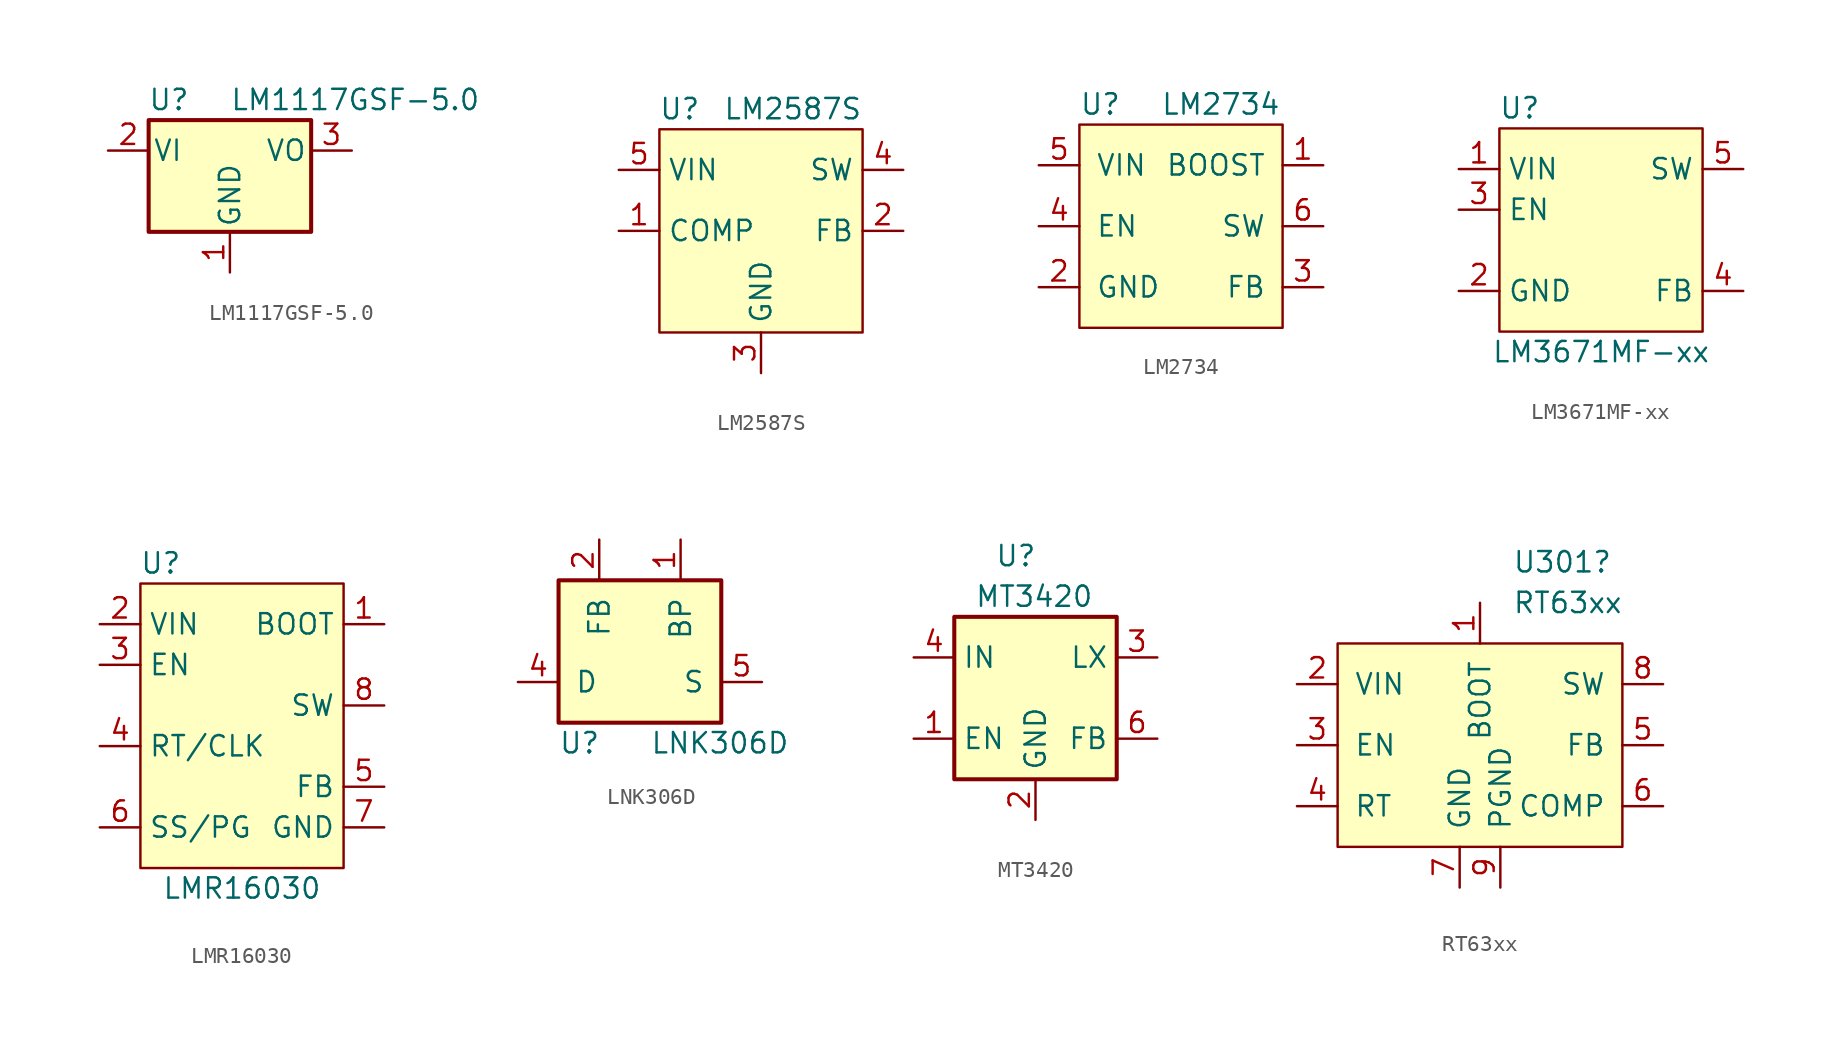
<source format=kicad_sym>
(kicad_symbol_lib
  (version 20231120)
  (generator "kicad_symbol_editor")
  (generator_version "8.0")
  (symbol "LM1117GSF-5.0"
    (pin_names
      (offset 0.254))
    (property "Reference" "U"
      (at -3.81 3.175 0)
      (effects (font (size 1.27 1.27))))
    (property "Value" "LM1117GSF-5.0"
      (at 0 3.175 0)
      (effects (font (size 1.27 1.27)) (justify left)))
    (symbol "LM1117GSF-5.0_0_1"
      (rectangle (start -5.08 -5.08) (end 5.08 1.905) (stroke (width 0.254) (type default)) (fill (type background))))
    (symbol "LM1117GSF-5.0_1_1"
      (pin power_in line (at 0 -7.62 90) (length 2.54) (name "GND" (effects (font (size 1.27 1.27)))) (number "1" (effects (font (size 1.27 1.27)))))
      (pin power_in line (at -7.62 0 0) (length 2.54) (name "VI" (effects (font (size 1.27 1.27)))) (number "2" (effects (font (size 1.27 1.27)))))
      (pin power_out line (at 7.62 0 180) (length 2.54) (name "VO" (effects (font (size 1.27 1.27)))) (number "3" (effects (font (size 1.27 1.27)))))))
  (symbol "LM2587S"
    (property "Reference" "U"
      (at -5.08 1.27 0)
      (effects (font (size 1.27 1.27))))
    (property "Value" "LM2587S"
      (at 6.35 1.27 0)
      (effects (font (size 1.27 1.27)) (justify right)))
    (symbol "LM2587S_0_0"
      (rectangle (start -6.35 0) (end 6.35 -12.7) (stroke (width 0) (type default)) (fill (type background))))
    (symbol "LM2587S_1_0"
      (pin passive line (at -8.89 -6.35 0) (length 2.54) (name "COMP" (effects (font (size 1.27 1.27)))) (number "1" (effects (font (size 1.27 1.27)))))
      (pin input line (at 8.89 -6.35 180) (length 2.54) (name "FB" (effects (font (size 1.27 1.27)))) (number "2" (effects (font (size 1.27 1.27)))))
      (pin power_in line (at 0 -15.24 90) (length 2.54) (name "GND" (effects (font (size 1.27 1.27)))) (number "3" (effects (font (size 1.27 1.27)))))
      (pin power_out line (at 8.89 -2.54 180) (length 2.54) (name "SW" (effects (font (size 1.27 1.27)))) (number "4" (effects (font (size 1.27 1.27)))))
      (pin power_in line (at -8.89 -2.54 0) (length 2.54) (name "VIN" (effects (font (size 1.27 1.27)))) (number "5" (effects (font (size 1.27 1.27)))))))
  (symbol "LM2734"
    (pin_names
      (offset 1.016))
    (property "Reference" "U"
      (at -6.35 7.62 0)
      (effects (font (size 1.27 1.27)) (justify left)))
    (property "Value" "LM2734"
      (at -1.27 7.62 0)
      (effects (font (size 1.27 1.27)) (justify left)))
    (symbol "LM2734_0_1"
      (rectangle (start -6.35 6.35) (end 6.35 -6.35) (stroke (width 0) (type default)) (fill (type background))))
    (symbol "LM2734_1_1"
      (pin passive line (at 8.89 3.81 180) (length 2.54) (name "BOOST" (effects (font (size 1.27 1.27)))) (number "1" (effects (font (size 1.27 1.27)))))
      (pin power_in line (at -8.89 -3.81 0) (length 2.54) (name "GND" (effects (font (size 1.27 1.27)))) (number "2" (effects (font (size 1.27 1.27)))))
      (pin input line (at 8.89 -3.81 180) (length 2.54) (name "FB" (effects (font (size 1.27 1.27)))) (number "3" (effects (font (size 1.27 1.27)))))
      (pin input line (at -8.89 0 0) (length 2.54) (name "EN" (effects (font (size 1.27 1.27)))) (number "4" (effects (font (size 1.27 1.27)))))
      (pin power_in line (at -8.89 3.81 0) (length 2.54) (name "VIN" (effects (font (size 1.27 1.27)))) (number "5" (effects (font (size 1.27 1.27)))))
      (pin output line (at 8.89 0 180) (length 2.54) (name "SW" (effects (font (size 1.27 1.27)))) (number "6" (effects (font (size 1.27 1.27)))))))
  (symbol "LM3671MF-xx"
    (property "Reference" "U"
      (at -5.08 6.35 0)
      (effects (font (size 1.27 1.27))))
    (property "Value" "LM3671MF-xx"
      (at 0 -8.89 0)
      (effects (font (size 1.27 1.27))))
    (symbol "LM3671MF-xx_0_0"
      (rectangle (start -6.35 5.08) (end 6.35 -7.62) (stroke (width 0) (type default)) (fill (type background)))
      (pin power_in line (at -8.89 2.54 0) (length 2.54) (name "VIN" (effects (font (size 1.27 1.27)))) (number "1" (effects (font (size 1.27 1.27)))))
      (pin power_in line (at -8.89 -5.08 0) (length 2.54) (name "GND" (effects (font (size 1.27 1.27)))) (number "2" (effects (font (size 1.27 1.27)))))
      (pin input line (at -8.89 0 0) (length 2.54) (name "EN" (effects (font (size 1.27 1.27)))) (number "3" (effects (font (size 1.27 1.27)))))
      (pin input line (at 8.89 -5.08 180) (length 2.54) (name "FB" (effects (font (size 1.27 1.27)))) (number "4" (effects (font (size 1.27 1.27)))))
      (pin power_out line (at 8.89 2.54 180) (length 2.54) (name "SW" (effects (font (size 1.27 1.27)))) (number "5" (effects (font (size 1.27 1.27)))))))
  (symbol "LMR16030"
    (property "Reference" "U"
      (at -5.08 11.43 0)
      (effects (font (size 1.27 1.27))))
    (property "Value" "LMR16030"
      (at 0 -8.89 0)
      (effects (font (size 1.27 1.27))))
    (symbol "LMR16030_0_0"
      (rectangle (start -6.35 10.16) (end 6.35 -7.62) (stroke (width 0) (type default)) (fill (type background)))
      (pin output line (at 8.89 7.62 180) (length 2.54) (name "BOOT" (effects (font (size 1.27 1.27)))) (number "1" (effects (font (size 1.27 1.27)))))
      (pin input line (at -8.89 7.62 0) (length 2.54) (name "VIN" (effects (font (size 1.27 1.27)))) (number "2" (effects (font (size 1.27 1.27)))))
      (pin input line (at -8.89 5.08 0) (length 2.54) (name "EN" (effects (font (size 1.27 1.27)))) (number "3" (effects (font (size 1.27 1.27)))))
      (pin input line (at -8.89 0 0) (length 2.54) (name "RT/CLK" (effects (font (size 1.27 1.27)))) (number "4" (effects (font (size 1.27 1.27)))))
      (pin input line (at 8.89 -2.54 180) (length 2.54) (name "FB" (effects (font (size 1.27 1.27)))) (number "5" (effects (font (size 1.27 1.27)))))
      (pin power_in line (at 8.89 -5.08 180) (length 2.54) (name "GND" (effects (font (size 1.27 1.27)))) (number "7" (effects (font (size 1.27 1.27)))))
      (pin power_out line (at 8.89 2.54 180) (length 2.54) (name "SW" (effects (font (size 1.27 1.27)))) (number "8" (effects (font (size 1.27 1.27)))))
      (pin input line (at 8.89 -5.08 180) (length 2.54) hide (name "GND" (effects (font (size 1.27 1.27)))) (number "9" (effects (font (size 1.27 1.27))))))
    (symbol "LMR16030_1_0"
      (pin output line (at -8.89 -5.08 0) (length 2.54) (name "SS/PG" (effects (font (size 1.27 1.27)))) (number "6" (effects (font (size 1.27 1.27)))))))
  (symbol "LNK306D"
    (pin_names
      (offset 1.016))
    (property "Reference" "U"
      (at -5.08 -3.81 0)
      (effects (font (size 1.27 1.27)) (justify left)))
    (property "Value" "LNK306D"
      (at 0.635 -3.81 0)
      (effects (font (size 1.27 1.27)) (justify left)))
    (symbol "LNK306D_0_1"
      (rectangle (start -5.08 6.35) (end 5.08 -2.54) (stroke (width 0.254) (type default)) (fill (type background))))
    (symbol "LNK306D_1_1"
      (pin passive line (at 2.54 8.89 270) (length 2.54) (name "BP" (effects (font (size 1.27 1.27)))) (number "1" (effects (font (size 1.27 1.27)))))
      (pin input line (at -2.54 8.89 270) (length 2.54) (name "FB" (effects (font (size 1.27 1.27)))) (number "2" (effects (font (size 1.27 1.27)))))
      (pin input line (at -7.62 0 0) (length 2.54) (name "D" (effects (font (size 1.27 1.27)))) (number "4" (effects (font (size 1.27 1.27)))))
      (pin output line (at 7.62 0 180) (length 2.54) (name "S" (effects (font (size 1.27 1.27)))) (number "5" (effects (font (size 1.27 1.27)))))
      (pin output line (at 7.62 0 180) (length 2.54) hide (name "~" (effects (font (size 1.27 1.27)))) (number "6" (effects (font (size 0.635 0.635)))))
      (pin output line (at 7.62 0 180) (length 2.54) hide (name "~" (effects (font (size 1.27 1.27)))) (number "7" (effects (font (size 0.635 0.635)))))
      (pin output line (at 7.62 0 180) (length 2.54) hide (name "~" (effects (font (size 1.27 1.27)))) (number "8" (effects (font (size 0.635 0.635)))))))
  (symbol "MT3420"
    (property "Reference" "U"
      (at -2.54 8.89 0)
      (effects (font (size 1.27 1.27)) (justify left)))
    (property "Value" "MT3420"
      (at -3.81 6.35 0)
      (effects (font (size 1.27 1.27)) (justify left)))
    (symbol "MT3420_0_1"
      (rectangle (start -5.08 5.08) (end 5.08 -5.08) (stroke (width 0.254) (type default)) (fill (type background))))
    (symbol "MT3420_1_1"
      (pin input line (at -7.62 -2.54 0) (length 2.54) (name "EN" (effects (font (size 1.27 1.27)))) (number "1" (effects (font (size 1.27 1.27)))))
      (pin power_in line (at 0 -7.62 90) (length 2.54) (name "GND" (effects (font (size 1.27 1.27)))) (number "2" (effects (font (size 1.27 1.27)))))
      (pin passive line (at 7.62 2.54 180) (length 2.54) (name "LX" (effects (font (size 1.27 1.27)))) (number "3" (effects (font (size 1.27 1.27)))))
      (pin power_in line (at -7.62 2.54 0) (length 2.54) (name "IN" (effects (font (size 1.27 1.27)))) (number "4" (effects (font (size 1.27 1.27)))))
      (pin no_connect line (at 5.08 0 180) (length 2.54) hide (name "NC" (effects (font (size 1.27 1.27)))) (number "5" (effects (font (size 1.27 1.27)))))
      (pin input line (at 7.62 -2.54 180) (length 2.54) (name "FB" (effects (font (size 1.27 1.27)))) (number "6" (effects (font (size 1.27 1.27)))))))
  (symbol "RT63xx"
    (pin_names
      (offset 1.016))
    (property "Reference" "U301"
      (at 2.019 11.43 0)
      (effects (font (size 1.27 1.27)) (justify left)))
    (property "Value" "RT63xx"
      (at 2.019 8.89 0)
      (effects (font (size 1.27 1.27)) (justify left)))
    (symbol "RT63xx_0_1"
      (rectangle (start -8.89 6.35) (end 8.89 -6.35) (stroke (width 0) (type default)) (fill (type background))))
    (symbol "RT63xx_1_1"
      (pin input line (at 0 8.89 270) (length 2.54) (name "BOOT" (effects (font (size 1.27 1.27)))) (number "1" (effects (font (size 1.27 1.27)))))
      (pin power_in line (at -11.43 3.81 0) (length 2.54) (name "VIN" (effects (font (size 1.27 1.27)))) (number "2" (effects (font (size 1.27 1.27)))))
      (pin input line (at -11.43 0 0) (length 2.54) (name "EN" (effects (font (size 1.27 1.27)))) (number "3" (effects (font (size 1.27 1.27)))))
      (pin input line (at -11.43 -3.81 0) (length 2.54) (name "RT" (effects (font (size 1.27 1.27)))) (number "4" (effects (font (size 1.27 1.27)))))
      (pin input line (at 11.43 0 180) (length 2.54) (name "FB" (effects (font (size 1.27 1.27)))) (number "5" (effects (font (size 1.27 1.27)))))
      (pin output line (at 11.43 -3.81 180) (length 2.54) (name "COMP" (effects (font (size 1.27 1.27)))) (number "6" (effects (font (size 1.27 1.27)))))
      (pin power_in line (at -1.27 -8.89 90) (length 2.54) (name "GND" (effects (font (size 1.27 1.27)))) (number "7" (effects (font (size 1.27 1.27)))))
      (pin power_out line (at 11.43 3.81 180) (length 2.54) (name "SW" (effects (font (size 1.27 1.27)))) (number "8" (effects (font (size 1.27 1.27)))))
      (pin power_in line (at 1.27 -8.89 90) (length 2.54) (name "PGND" (effects (font (size 1.27 1.27)))) (number "9" (effects (font (size 1.27 1.27))))))))
</source>
